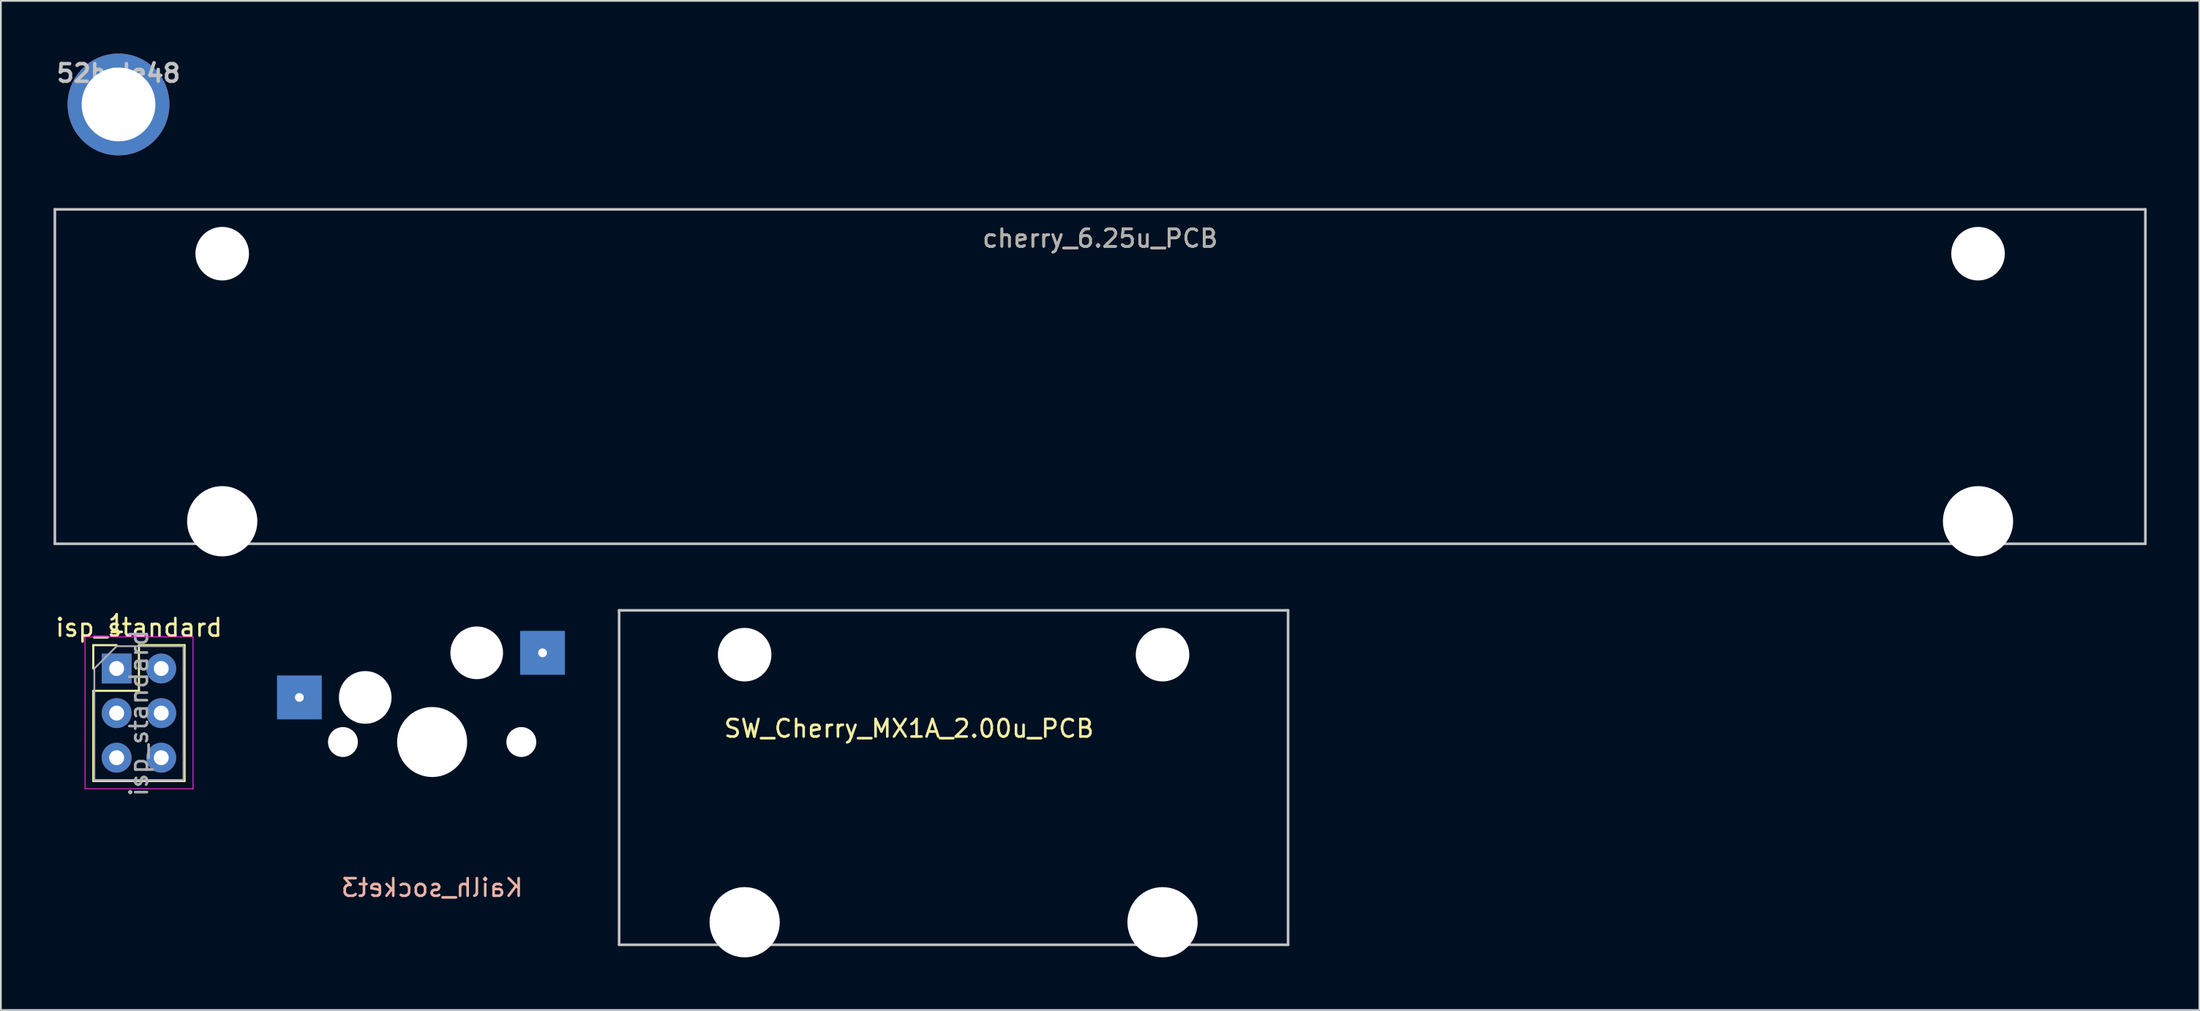
<source format=kicad_pcb>
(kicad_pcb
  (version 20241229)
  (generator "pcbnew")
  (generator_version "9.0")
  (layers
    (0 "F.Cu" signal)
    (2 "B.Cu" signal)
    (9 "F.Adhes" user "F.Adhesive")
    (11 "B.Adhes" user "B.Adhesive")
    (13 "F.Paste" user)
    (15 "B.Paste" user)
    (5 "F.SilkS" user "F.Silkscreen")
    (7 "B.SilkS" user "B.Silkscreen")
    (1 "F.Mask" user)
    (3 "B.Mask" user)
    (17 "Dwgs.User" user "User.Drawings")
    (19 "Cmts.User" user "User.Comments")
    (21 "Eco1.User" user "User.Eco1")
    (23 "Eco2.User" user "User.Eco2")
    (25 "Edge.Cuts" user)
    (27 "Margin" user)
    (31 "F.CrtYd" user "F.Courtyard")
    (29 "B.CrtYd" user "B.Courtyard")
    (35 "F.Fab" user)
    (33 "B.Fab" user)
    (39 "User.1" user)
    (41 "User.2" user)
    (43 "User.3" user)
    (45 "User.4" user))
  (footprint "Kailh_socket3"
    (layer "F.Cu")
    (at 21.561 39.215)
    (property "Reference" "Kailh_socket3" (at 0 8.3 0) (layer "B.SilkS") (effects (font (size 1 1) (thickness 0.15)) (justify mirror)))
    (attr through_hole)
    (fp_line (start -7.5 -7.5) (end 7.5 -7.5) (stroke (width 0.15) (type solid)) (layer "Eco2.User"))
    (fp_line (start -7.5 7.5) (end -7.5 -7.5) (stroke (width 0.15) (type solid)) (layer "Eco2.User"))
    (fp_line (start -6.9 6.9) (end -6.9 -6.9) (stroke (width 0.15) (type solid)) (layer "Eco2.User"))
    (fp_line (start -6.9 6.9) (end 6.9 6.9) (stroke (width 0.15) (type solid)) (layer "Eco2.User"))
    (fp_line (start 6.9 -6.9) (end -6.9 -6.9) (stroke (width 0.15) (type solid)) (layer "Eco2.User"))
    (fp_line (start 6.9 -6.9) (end 6.9 6.9) (stroke (width 0.15) (type solid)) (layer "Eco2.User"))
    (fp_line (start 7.5 -7.5) (end 7.5 7.5) (stroke (width 0.15) (type solid)) (layer "Eco2.User"))
    (fp_line (start 7.5 7.5) (end -7.5 7.5) (stroke (width 0.15) (type solid)) (layer "Eco2.User"))
    (pad "" np_thru_hole circle (at -5.08 0) (size 1.702 1.702) (drill 1.702) (layers "*.Cu" "*.Mask"))
    (pad "" np_thru_hole circle (at -3.81 -2.54) (size 3 3) (drill 3) (layers "*.Cu" "*.Mask"))
    (pad "" np_thru_hole circle (at 0 0) (size 3.988 3.988) (drill 3.988) (layers "*.Cu" "*.Mask"))
    (pad "" np_thru_hole circle (at 2.54 -5.08) (size 3 3) (drill 3) (layers "*.Cu" "*.Mask"))
    (pad "" np_thru_hole circle (at 5.08 0) (size 1.702 1.702) (drill 1.702) (layers "*.Cu" "*.Mask"))
    (pad "1" thru_hole circle (at 6.29 -5.08) (size 0.8 0.8) (drill 0.5) (layers "*.Cu" "B.Mask"))
    (pad "1" smd rect (at 6.29 -5.08) (size 2.55 2.5) (layers "B.Cu" "B.Mask" "B.Paste"))
    (pad "2" thru_hole circle (at -7.56 -2.54) (size 0.8 0.8) (drill 0.5) (layers "*.Cu" "B.Mask"))
    (pad "2" smd rect (at -7.56 -2.54) (size 2.55 2.5) (layers "B.Cu" "B.Mask" "B.Paste")))
  (footprint "isp_standard"
    (layer "F.Cu")
    (at 4.863 37.568)
    (property "Reference" "isp_standard" (at 0 -4.87 0) (layer "F.SilkS") (effects (font (size 1 1) (thickness 0.15))))
    (attr through_hole)
    (fp_line (start -2.6 -3.87) (end -1.27 -3.87) (stroke (width 0.12) (type solid)) (layer "F.SilkS"))
    (fp_line (start -2.6 -2.54) (end -2.6 -3.87) (stroke (width 0.12) (type solid)) (layer "F.SilkS"))
    (fp_line (start -2.6 -1.27) (end -2.6 3.87) (stroke (width 0.12) (type solid)) (layer "F.SilkS"))
    (fp_line (start -2.6 -1.27) (end 0 -1.27) (stroke (width 0.12) (type solid)) (layer "F.SilkS"))
    (fp_line (start -2.6 3.87) (end 2.6 3.87) (stroke (width 0.12) (type solid)) (layer "F.SilkS"))
    (fp_line (start 0 -3.87) (end 2.6 -3.87) (stroke (width 0.12) (type solid)) (layer "F.SilkS"))
    (fp_line (start 0 -1.27) (end 0 -3.87) (stroke (width 0.12) (type solid)) (layer "F.SilkS"))
    (fp_line (start 2.6 -3.87) (end 2.6 3.87) (stroke (width 0.12) (type solid)) (layer "F.SilkS"))
    (fp_line (start -3.07 -4.34) (end -3.07 4.31) (stroke (width 0.05) (type solid)) (layer "F.CrtYd"))
    (fp_line (start -3.07 4.31) (end 3.08 4.31) (stroke (width 0.05) (type solid)) (layer "F.CrtYd"))
    (fp_line (start 3.08 -4.34) (end -3.07 -4.34) (stroke (width 0.05) (type solid)) (layer "F.CrtYd"))
    (fp_line (start 3.08 4.31) (end 3.08 -4.34) (stroke (width 0.05) (type solid)) (layer "F.CrtYd"))
    (fp_line (start -2.54 -2.54) (end -1.27 -3.81) (stroke (width 0.1) (type solid)) (layer "F.Fab"))
    (fp_line (start -2.54 3.81) (end -2.54 -2.54) (stroke (width 0.1) (type solid)) (layer "F.Fab"))
    (fp_line (start -1.27 -3.81) (end 2.54 -3.81) (stroke (width 0.1) (type solid)) (layer "F.Fab"))
    (fp_line (start 2.54 -3.81) (end 2.54 3.81) (stroke (width 0.1) (type solid)) (layer "F.Fab"))
    (fp_line (start 2.54 3.81) (end -2.54 3.81) (stroke (width 0.1) (type solid)) (layer "F.Fab"))
    (fp_text user "1" (at -1.27 -5.08 0) (layer "F.SilkS") (effects (font (size 1 1) (thickness 0.15))))
    (fp_text user "${REFERENCE}" (at 0 0 90) (layer "F.Fab") (effects (font (size 1 1) (thickness 0.15))))
    (pad "1" thru_hole rect (at -1.27 -2.54) (size 1.7 1.7) (drill 0.85) (layers "*.Cu" "*.Mask"))
    (pad "2" thru_hole oval (at 1.27 -2.54) (size 1.7 1.7) (drill 0.85) (layers "*.Cu" "*.Mask"))
    (pad "3" thru_hole oval (at -1.27 0) (size 1.7 1.7) (drill 0.85) (layers "*.Cu" "*.Mask"))
    (pad "4" thru_hole oval (at 1.27 0) (size 1.7 1.7) (drill 0.85) (layers "*.Cu" "*.Mask"))
    (pad "5" thru_hole oval (at -1.27 2.54) (size 1.7 1.7) (drill 0.85) (layers "*.Cu" "*.Mask"))
    (pad "6" thru_hole oval (at 1.27 2.54) (size 1.7 1.7) (drill 0.85) (layers "*.Cu" "*.Mask")))
  (footprint "cherry_6.25u_PCB"
    (layer "F.Cu")
    (at 59.606 18.4)
    (property "Reference" "cherry_6.25u_PCB" (at 0 -7.874 0) (layer "F.SilkS") (effects (font (size 1 1) (thickness 0.15))))
    (attr through_hole)
    (fp_line (start -59.531 -9.525) (end 59.531 -9.525) (stroke (width 0.15) (type solid)) (layer "Dwgs.User"))
    (fp_line (start -59.531 9.525) (end -59.531 -9.525) (stroke (width 0.15) (type solid)) (layer "Dwgs.User"))
    (fp_line (start 59.531 -9.525) (end 59.531 9.525) (stroke (width 0.15) (type solid)) (layer "Dwgs.User"))
    (fp_line (start 59.531 9.525) (end -59.531 9.525) (stroke (width 0.15) (type solid)) (layer "Dwgs.User"))
    (fp_text user "${REFERENCE}" (at 0 -7.874 0) (layer "F.Fab") (effects (font (size 1 1) (thickness 0.15))))
    (pad "" np_thru_hole circle (at -50 -7) (size 3.05 3.05) (drill 3.05) (layers "*.Cu" "*.Mask"))
    (pad "" np_thru_hole circle (at -50 8.24) (size 4 4) (drill 4) (layers "*.Cu" "*.Mask"))
    (pad "" np_thru_hole circle (at 50 -7) (size 3.05 3.05) (drill 3.05) (layers "*.Cu" "*.Mask"))
    (pad "" np_thru_hole circle (at 50 8.24) (size 4 4) (drill 4) (layers "*.Cu" "*.Mask")))
  (footprint "SW_Cherry_MX1A_2.00u_PCB"
    (layer "F.Cu")
    (at 51.261 41.24)
    (property "Reference" "SW_Cherry_MX1A_2.00u_PCB" (at -2.54 -2.794 0) (layer "F.SilkS") (effects (font (size 1 1) (thickness 0.15))))
    (attr through_hole)
    (fp_line (start -19.05 -9.525) (end 19.05 -9.525) (stroke (width 0.15) (type solid)) (layer "Dwgs.User"))
    (fp_line (start -19.05 9.525) (end -19.05 -9.525) (stroke (width 0.15) (type solid)) (layer "Dwgs.User"))
    (fp_line (start 19.05 -9.525) (end 19.05 9.525) (stroke (width 0.15) (type solid)) (layer "Dwgs.User"))
    (fp_line (start 19.05 9.525) (end -19.05 9.525) (stroke (width 0.15) (type solid)) (layer "Dwgs.User"))
    (pad "" np_thru_hole circle (at -11.9 -7) (size 3.05 3.05) (drill 3.05) (layers "*.Cu" "*.Mask"))
    (pad "" np_thru_hole circle (at -11.9 8.24) (size 4 4) (drill 4) (layers "*.Cu" "*.Mask"))
    (pad "" np_thru_hole circle (at 11.9 -7) (size 3.05 3.05) (drill 3.05) (layers "*.Cu" "*.Mask"))
    (pad "" np_thru_hole circle (at 11.9 8.24) (size 4 4) (drill 4) (layers "*.Cu" "*.Mask")))
  (footprint "52hole48"
    (layer "F.Cu")
    (at 3.7 2.9)
    (property "Reference" "52hole48" (at 0 -1.778 0) (layer "Dwgs.User") (effects (font (size 1 1) (thickness 0.2))))
    (attr through_hole)
    (pad "" thru_hole circle (at 0 0 270) (size 5.8 5.8) (drill 4.2) (layers "*.Cu" "*.Mask")))
  (gr_rect
    (start -3 -3)
    (end 122.213 54.48)
    (stroke (width 0.1) (type default))
    (fill no)
    (layer "Edge.Cuts")))
</source>
